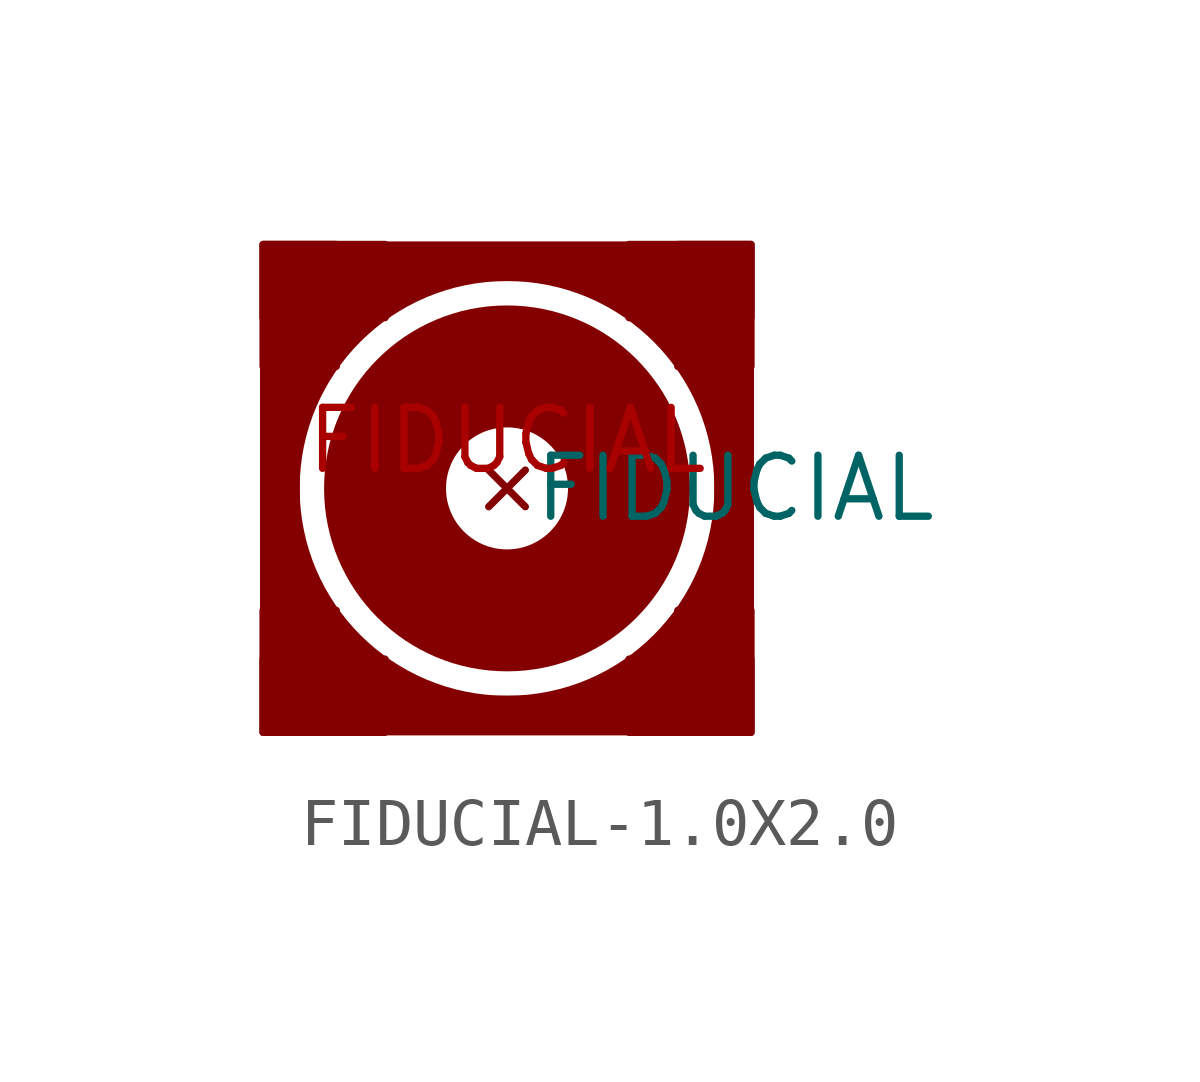
<source format=kicad_sym>
(kicad_symbol_lib
  (version 20220914)
  (generator kicad_symbol_editor)
  (symbol "FIDUCIAL-1.0X2.0"
    (property "Reference" "FIDUCIAL"
      (at 0 0 0)
      (effects (font (size 1.27 1.27)) hide))
    (property "ki_locked" ""
      (at 0 0 0)
      (effects (font (size 1.27 1.27))))
    (symbol "FIDUCIAL-1.0X2.0_1_0"
      (rectangle (start -5.08 -5.08) (end -3.556 -2.54) (stroke (width 0) (type default)) (fill (type outline)))
      (rectangle (start -5.08 -5.08) (end -2.54 -3.556) (stroke (width 0) (type default)) (fill (type outline)))
      (rectangle (start -5.08 2.54) (end -3.556 5.08) (stroke (width 0) (type default)) (fill (type outline)))
      (rectangle (start -5.08 3.556) (end -2.54 5.08) (stroke (width 0) (type default)) (fill (type outline)))
      (polyline (pts (xy -5.08 -5.08) (xy -5.08 5.08)) (stroke (width 0.127) (type solid)) (fill (type none)))
      (polyline (pts (xy -5.08 -5.08) (xy 5.08 -5.08)) (stroke (width 0.127) (type solid)) (fill (type none)))
      (polyline (pts (xy -5.08 5.08) (xy 5.08 5.08)) (stroke (width 0.127) (type solid)) (fill (type none)))
      (polyline (pts (xy -4.699 2.54) (xy -4.699 -2.54)) (stroke (width 0.762) (type solid)) (fill (type none)))
      (polyline (pts (xy -2.54 -4.699) (xy 2.54 -4.699)) (stroke (width 0.762) (type solid)) (fill (type none)))
      (polyline (pts (xy -2.54 4.699) (xy 2.54 4.699)) (stroke (width 0.762) (type solid)) (fill (type none)))
      (polyline (pts (xy 4.699 -2.54) (xy 4.699 2.54)) (stroke (width 0.762) (type solid)) (fill (type none)))
      (polyline (pts (xy 5.08 5.08) (xy 5.08 -5.08)) (stroke (width 0.127) (type solid)) (fill (type none)))
      (circle (center 0 0) (radius 2.54) (stroke (width 2.54) (type solid)) (fill (type none)))
      (circle (center 0 0) (radius 4.699) (stroke (width 0.762) (type solid)) (fill (type none)))
      (rectangle (start 2.54 -5.08) (end 5.08 -3.556) (stroke (width 0) (type default)) (fill (type outline)))
      (rectangle (start 2.54 3.556) (end 5.08 5.08) (stroke (width 0) (type default)) (fill (type outline)))
      (rectangle (start 3.556 -5.08) (end 5.08 -2.54) (stroke (width 0) (type default)) (fill (type outline)))
      (rectangle (start 3.556 2.54) (end 5.08 5.08) (stroke (width 0) (type default)) (fill (type outline)))
      (pin no_connect line (at 0 0 0) (length 0) (name "FIDUCIAL" (effects (font (size 1.27 1.27)))) (number "FIDUCIAL" (effects (font (size 1.27 1.27))))))))
</source>
